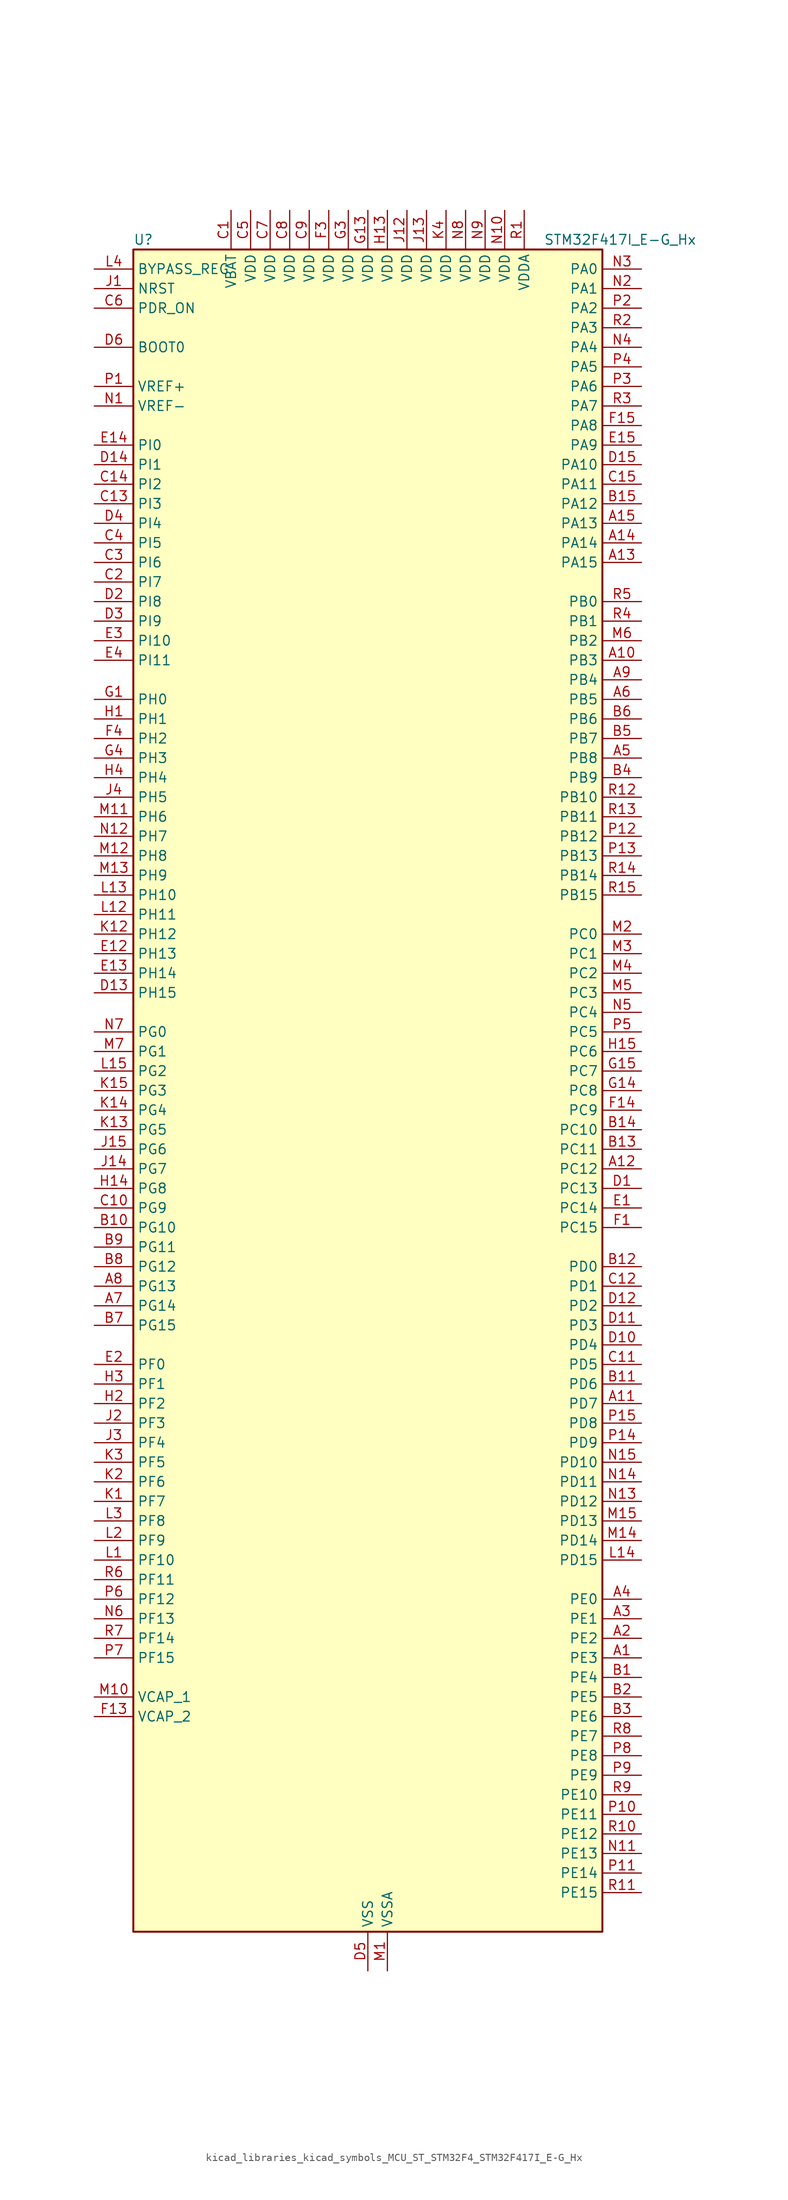
<source format=kicad_sym>
(kicad_symbol_lib
  (version 20220914)
  (generator kicad_symbol_editor)
  (symbol "kicad_libraries_kicad_symbols_MCU_ST_STM32F4_STM32F417I_E-G_Hx"
    (property "Reference" "U"
      (at -30.48 110.49 0)
      (effects (font (size 1.27 1.27)) (justify left)))
    (property "Value" "STM32F417I_E-G_Hx"
      (at 22.86 110.49 0)
      (effects (font (size 1.27 1.27)) (justify left)))
    (property "ki_locked" ""
      (at 0 0 0)
      (effects (font (size 1.27 1.27))))
    (symbol "kicad_libraries_kicad_symbols_MCU_ST_STM32F4_STM32F417I_E-G_Hx_0_1"
      (rectangle (start -30.48 -109.22) (end 30.48 109.22) (stroke (width 0.254) (type default)) (fill (type background))))
    (symbol "kicad_libraries_kicad_symbols_MCU_ST_STM32F4_STM32F417I_E-G_Hx_1_1"
      (pin bidirectional line (at 35.56 -73.66 180) (length 5.08) (name "PE3" (effects (font (size 1.27 1.27)))) (number "A1" (effects (font (size 1.27 1.27)))) (alternate "FSMC_A19" bidirectional line) (alternate "SYS_TRACED0" bidirectional line))
      (pin bidirectional line (at 35.56 55.88 180) (length 5.08) (name "PB3" (effects (font (size 1.27 1.27)))) (number "A10" (effects (font (size 1.27 1.27)))) (alternate "I2S3_CK" bidirectional line) (alternate "SPI1_SCK" bidirectional line) (alternate "SPI3_SCK" bidirectional line) (alternate "SYS_JTDO-SWO" bidirectional line) (alternate "TIM2_CH2" bidirectional line))
      (pin bidirectional line (at 35.56 -40.64 180) (length 5.08) (name "PD7" (effects (font (size 1.27 1.27)))) (number "A11" (effects (font (size 1.27 1.27)))) (alternate "FSMC_NCE2" bidirectional line) (alternate "FSMC_NE1" bidirectional line) (alternate "USART2_CK" bidirectional line))
      (pin bidirectional line (at 35.56 -10.16 180) (length 5.08) (name "PC12" (effects (font (size 1.27 1.27)))) (number "A12" (effects (font (size 1.27 1.27)))) (alternate "DCMI_D9" bidirectional line) (alternate "I2S3_SD" bidirectional line) (alternate "SDIO_CK" bidirectional line) (alternate "SPI3_MOSI" bidirectional line) (alternate "UART5_TX" bidirectional line) (alternate "USART3_CK" bidirectional line))
      (pin bidirectional line (at 35.56 68.58 180) (length 5.08) (name "PA15" (effects (font (size 1.27 1.27)))) (number "A13" (effects (font (size 1.27 1.27)))) (alternate "ADC1_EXTI15" bidirectional line) (alternate "ADC2_EXTI15" bidirectional line) (alternate "ADC3_EXTI15" bidirectional line) (alternate "I2S3_WS" bidirectional line) (alternate "SPI1_NSS" bidirectional line) (alternate "SPI3_NSS" bidirectional line) (alternate "SYS_JTDI" bidirectional line) (alternate "TIM2_CH1" bidirectional line) (alternate "TIM2_ETR" bidirectional line))
      (pin bidirectional line (at 35.56 71.12 180) (length 5.08) (name "PA14" (effects (font (size 1.27 1.27)))) (number "A14" (effects (font (size 1.27 1.27)))) (alternate "SYS_JTCK-SWCLK" bidirectional line))
      (pin bidirectional line (at 35.56 73.66 180) (length 5.08) (name "PA13" (effects (font (size 1.27 1.27)))) (number "A15" (effects (font (size 1.27 1.27)))) (alternate "SYS_JTMS-SWDIO" bidirectional line))
      (pin bidirectional line (at 35.56 -71.12 180) (length 5.08) (name "PE2" (effects (font (size 1.27 1.27)))) (number "A2" (effects (font (size 1.27 1.27)))) (alternate "ETH_TXD3" bidirectional line) (alternate "FSMC_A23" bidirectional line) (alternate "SYS_TRACECLK" bidirectional line))
      (pin bidirectional line (at 35.56 -68.58 180) (length 5.08) (name "PE1" (effects (font (size 1.27 1.27)))) (number "A3" (effects (font (size 1.27 1.27)))) (alternate "DCMI_D3" bidirectional line) (alternate "FSMC_NBL1" bidirectional line))
      (pin bidirectional line (at 35.56 -66.04 180) (length 5.08) (name "PE0" (effects (font (size 1.27 1.27)))) (number "A4" (effects (font (size 1.27 1.27)))) (alternate "DCMI_D2" bidirectional line) (alternate "FSMC_NBL0" bidirectional line) (alternate "TIM4_ETR" bidirectional line))
      (pin bidirectional line (at 35.56 43.18 180) (length 5.08) (name "PB8" (effects (font (size 1.27 1.27)))) (number "A5" (effects (font (size 1.27 1.27)))) (alternate "CAN1_RX" bidirectional line) (alternate "DCMI_D6" bidirectional line) (alternate "ETH_TXD3" bidirectional line) (alternate "I2C1_SCL" bidirectional line) (alternate "SDIO_D4" bidirectional line) (alternate "TIM10_CH1" bidirectional line) (alternate "TIM4_CH3" bidirectional line))
      (pin bidirectional line (at 35.56 50.8 180) (length 5.08) (name "PB5" (effects (font (size 1.27 1.27)))) (number "A6" (effects (font (size 1.27 1.27)))) (alternate "CAN2_RX" bidirectional line) (alternate "DCMI_D10" bidirectional line) (alternate "ETH_PPS_OUT" bidirectional line) (alternate "I2C1_SMBA" bidirectional line) (alternate "I2S3_SD" bidirectional line) (alternate "SPI1_MOSI" bidirectional line) (alternate "SPI3_MOSI" bidirectional line) (alternate "TIM3_CH2" bidirectional line) (alternate "USB_OTG_HS_ULPI_D7" bidirectional line))
      (pin bidirectional line (at -35.56 -27.94 0) (length 5.08) (name "PG14" (effects (font (size 1.27 1.27)))) (number "A7" (effects (font (size 1.27 1.27)))) (alternate "ETH_TXD1" bidirectional line) (alternate "FSMC_A25" bidirectional line) (alternate "USART6_TX" bidirectional line))
      (pin bidirectional line (at -35.56 -25.4 0) (length 5.08) (name "PG13" (effects (font (size 1.27 1.27)))) (number "A8" (effects (font (size 1.27 1.27)))) (alternate "ETH_TXD0" bidirectional line) (alternate "FSMC_A24" bidirectional line) (alternate "USART6_CTS" bidirectional line))
      (pin bidirectional line (at 35.56 53.34 180) (length 5.08) (name "PB4" (effects (font (size 1.27 1.27)))) (number "A9" (effects (font (size 1.27 1.27)))) (alternate "I2S3_ext_SD" bidirectional line) (alternate "SPI1_MISO" bidirectional line) (alternate "SPI3_MISO" bidirectional line) (alternate "SYS_JTRST" bidirectional line) (alternate "TIM3_CH1" bidirectional line))
      (pin bidirectional line (at 35.56 -76.2 180) (length 5.08) (name "PE4" (effects (font (size 1.27 1.27)))) (number "B1" (effects (font (size 1.27 1.27)))) (alternate "DCMI_D4" bidirectional line) (alternate "FSMC_A20" bidirectional line) (alternate "SYS_TRACED1" bidirectional line))
      (pin bidirectional line (at -35.56 -17.78 0) (length 5.08) (name "PG10" (effects (font (size 1.27 1.27)))) (number "B10" (effects (font (size 1.27 1.27)))) (alternate "FSMC_NCE4_1" bidirectional line) (alternate "FSMC_NE3" bidirectional line))
      (pin bidirectional line (at 35.56 -38.1 180) (length 5.08) (name "PD6" (effects (font (size 1.27 1.27)))) (number "B11" (effects (font (size 1.27 1.27)))) (alternate "FSMC_NWAIT" bidirectional line) (alternate "USART2_RX" bidirectional line))
      (pin bidirectional line (at 35.56 -22.86 180) (length 5.08) (name "PD0" (effects (font (size 1.27 1.27)))) (number "B12" (effects (font (size 1.27 1.27)))) (alternate "CAN1_RX" bidirectional line) (alternate "FSMC_D2" bidirectional line) (alternate "FSMC_DA2" bidirectional line))
      (pin bidirectional line (at 35.56 -7.62 180) (length 5.08) (name "PC11" (effects (font (size 1.27 1.27)))) (number "B13" (effects (font (size 1.27 1.27)))) (alternate "ADC1_EXTI11" bidirectional line) (alternate "ADC2_EXTI11" bidirectional line) (alternate "ADC3_EXTI11" bidirectional line) (alternate "DCMI_D4" bidirectional line) (alternate "I2S3_ext_SD" bidirectional line) (alternate "SDIO_D3" bidirectional line) (alternate "SPI3_MISO" bidirectional line) (alternate "UART4_RX" bidirectional line) (alternate "USART3_RX" bidirectional line))
      (pin bidirectional line (at 35.56 -5.08 180) (length 5.08) (name "PC10" (effects (font (size 1.27 1.27)))) (number "B14" (effects (font (size 1.27 1.27)))) (alternate "DCMI_D8" bidirectional line) (alternate "I2S3_CK" bidirectional line) (alternate "SDIO_D2" bidirectional line) (alternate "SPI3_SCK" bidirectional line) (alternate "UART4_TX" bidirectional line) (alternate "USART3_TX" bidirectional line))
      (pin bidirectional line (at 35.56 76.2 180) (length 5.08) (name "PA12" (effects (font (size 1.27 1.27)))) (number "B15" (effects (font (size 1.27 1.27)))) (alternate "CAN1_TX" bidirectional line) (alternate "TIM1_ETR" bidirectional line) (alternate "USART1_RTS" bidirectional line) (alternate "USB_OTG_FS_DP" bidirectional line))
      (pin bidirectional line (at 35.56 -78.74 180) (length 5.08) (name "PE5" (effects (font (size 1.27 1.27)))) (number "B2" (effects (font (size 1.27 1.27)))) (alternate "DCMI_D6" bidirectional line) (alternate "FSMC_A21" bidirectional line) (alternate "SYS_TRACED2" bidirectional line) (alternate "TIM9_CH1" bidirectional line))
      (pin bidirectional line (at 35.56 -81.28 180) (length 5.08) (name "PE6" (effects (font (size 1.27 1.27)))) (number "B3" (effects (font (size 1.27 1.27)))) (alternate "DCMI_D7" bidirectional line) (alternate "FSMC_A22" bidirectional line) (alternate "SYS_TRACED3" bidirectional line) (alternate "TIM9_CH2" bidirectional line))
      (pin bidirectional line (at 35.56 40.64 180) (length 5.08) (name "PB9" (effects (font (size 1.27 1.27)))) (number "B4" (effects (font (size 1.27 1.27)))) (alternate "CAN1_TX" bidirectional line) (alternate "DAC_EXTI9" bidirectional line) (alternate "DCMI_D7" bidirectional line) (alternate "I2C1_SDA" bidirectional line) (alternate "I2S2_WS" bidirectional line) (alternate "SDIO_D5" bidirectional line) (alternate "SPI2_NSS" bidirectional line) (alternate "TIM11_CH1" bidirectional line) (alternate "TIM4_CH4" bidirectional line))
      (pin bidirectional line (at 35.56 45.72 180) (length 5.08) (name "PB7" (effects (font (size 1.27 1.27)))) (number "B5" (effects (font (size 1.27 1.27)))) (alternate "DCMI_VSYNC" bidirectional line) (alternate "FSMC_NL" bidirectional line) (alternate "I2C1_SDA" bidirectional line) (alternate "TIM4_CH2" bidirectional line) (alternate "USART1_RX" bidirectional line))
      (pin bidirectional line (at 35.56 48.26 180) (length 5.08) (name "PB6" (effects (font (size 1.27 1.27)))) (number "B6" (effects (font (size 1.27 1.27)))) (alternate "CAN2_TX" bidirectional line) (alternate "DCMI_D5" bidirectional line) (alternate "I2C1_SCL" bidirectional line) (alternate "TIM4_CH1" bidirectional line) (alternate "USART1_TX" bidirectional line))
      (pin bidirectional line (at -35.56 -30.48 0) (length 5.08) (name "PG15" (effects (font (size 1.27 1.27)))) (number "B7" (effects (font (size 1.27 1.27)))) (alternate "ADC1_EXTI15" bidirectional line) (alternate "ADC2_EXTI15" bidirectional line) (alternate "ADC3_EXTI15" bidirectional line) (alternate "DCMI_D13" bidirectional line) (alternate "USART6_CTS" bidirectional line))
      (pin bidirectional line (at -35.56 -22.86 0) (length 5.08) (name "PG12" (effects (font (size 1.27 1.27)))) (number "B8" (effects (font (size 1.27 1.27)))) (alternate "FSMC_NE4" bidirectional line) (alternate "USART6_RTS" bidirectional line))
      (pin bidirectional line (at -35.56 -20.32 0) (length 5.08) (name "PG11" (effects (font (size 1.27 1.27)))) (number "B9" (effects (font (size 1.27 1.27)))) (alternate "ADC1_EXTI11" bidirectional line) (alternate "ADC2_EXTI11" bidirectional line) (alternate "ADC3_EXTI11" bidirectional line) (alternate "ETH_TX_EN" bidirectional line) (alternate "FSMC_NCE4_2" bidirectional line))
      (pin power_in line (at -17.78 114.3 270) (length 5.08) (name "VBAT" (effects (font (size 1.27 1.27)))) (number "C1" (effects (font (size 1.27 1.27)))))
      (pin bidirectional line (at -35.56 -15.24 0) (length 5.08) (name "PG9" (effects (font (size 1.27 1.27)))) (number "C10" (effects (font (size 1.27 1.27)))) (alternate "DAC_EXTI9" bidirectional line) (alternate "FSMC_NCE3" bidirectional line) (alternate "FSMC_NE2" bidirectional line) (alternate "USART6_RX" bidirectional line))
      (pin bidirectional line (at 35.56 -35.56 180) (length 5.08) (name "PD5" (effects (font (size 1.27 1.27)))) (number "C11" (effects (font (size 1.27 1.27)))) (alternate "FSMC_NWE" bidirectional line) (alternate "USART2_TX" bidirectional line))
      (pin bidirectional line (at 35.56 -25.4 180) (length 5.08) (name "PD1" (effects (font (size 1.27 1.27)))) (number "C12" (effects (font (size 1.27 1.27)))) (alternate "CAN1_TX" bidirectional line) (alternate "FSMC_D3" bidirectional line) (alternate "FSMC_DA3" bidirectional line))
      (pin bidirectional line (at -35.56 76.2 0) (length 5.08) (name "PI3" (effects (font (size 1.27 1.27)))) (number "C13" (effects (font (size 1.27 1.27)))) (alternate "DCMI_D10" bidirectional line) (alternate "I2S2_SD" bidirectional line) (alternate "SPI2_MOSI" bidirectional line) (alternate "TIM8_ETR" bidirectional line))
      (pin bidirectional line (at -35.56 78.74 0) (length 5.08) (name "PI2" (effects (font (size 1.27 1.27)))) (number "C14" (effects (font (size 1.27 1.27)))) (alternate "DCMI_D9" bidirectional line) (alternate "I2S2_ext_SD" bidirectional line) (alternate "SPI2_MISO" bidirectional line) (alternate "TIM8_CH4" bidirectional line))
      (pin bidirectional line (at 35.56 78.74 180) (length 5.08) (name "PA11" (effects (font (size 1.27 1.27)))) (number "C15" (effects (font (size 1.27 1.27)))) (alternate "ADC1_EXTI11" bidirectional line) (alternate "ADC2_EXTI11" bidirectional line) (alternate "ADC3_EXTI11" bidirectional line) (alternate "CAN1_RX" bidirectional line) (alternate "TIM1_CH4" bidirectional line) (alternate "USART1_CTS" bidirectional line) (alternate "USB_OTG_FS_DM" bidirectional line))
      (pin bidirectional line (at -35.56 66.04 0) (length 5.08) (name "PI7" (effects (font (size 1.27 1.27)))) (number "C2" (effects (font (size 1.27 1.27)))) (alternate "DCMI_D7" bidirectional line) (alternate "TIM8_CH3" bidirectional line))
      (pin bidirectional line (at -35.56 68.58 0) (length 5.08) (name "PI6" (effects (font (size 1.27 1.27)))) (number "C3" (effects (font (size 1.27 1.27)))) (alternate "DCMI_D6" bidirectional line) (alternate "TIM8_CH2" bidirectional line))
      (pin bidirectional line (at -35.56 71.12 0) (length 5.08) (name "PI5" (effects (font (size 1.27 1.27)))) (number "C4" (effects (font (size 1.27 1.27)))) (alternate "DCMI_VSYNC" bidirectional line) (alternate "TIM8_CH1" bidirectional line))
      (pin power_in line (at -15.24 114.3 270) (length 5.08) (name "VDD" (effects (font (size 1.27 1.27)))) (number "C5" (effects (font (size 1.27 1.27)))))
      (pin input line (at -35.56 101.6 0) (length 5.08) (name "PDR_ON" (effects (font (size 1.27 1.27)))) (number "C6" (effects (font (size 1.27 1.27)))))
      (pin power_in line (at -12.7 114.3 270) (length 5.08) (name "VDD" (effects (font (size 1.27 1.27)))) (number "C7" (effects (font (size 1.27 1.27)))))
      (pin power_in line (at -10.16 114.3 270) (length 5.08) (name "VDD" (effects (font (size 1.27 1.27)))) (number "C8" (effects (font (size 1.27 1.27)))))
      (pin power_in line (at -7.62 114.3 270) (length 5.08) (name "VDD" (effects (font (size 1.27 1.27)))) (number "C9" (effects (font (size 1.27 1.27)))))
      (pin bidirectional line (at 35.56 -12.7 180) (length 5.08) (name "PC13" (effects (font (size 1.27 1.27)))) (number "D1" (effects (font (size 1.27 1.27)))) (alternate "RTC_AF1" bidirectional line))
      (pin bidirectional line (at 35.56 -33.02 180) (length 5.08) (name "PD4" (effects (font (size 1.27 1.27)))) (number "D10" (effects (font (size 1.27 1.27)))) (alternate "FSMC_NOE" bidirectional line) (alternate "USART2_RTS" bidirectional line))
      (pin bidirectional line (at 35.56 -30.48 180) (length 5.08) (name "PD3" (effects (font (size 1.27 1.27)))) (number "D11" (effects (font (size 1.27 1.27)))) (alternate "FSMC_CLK" bidirectional line) (alternate "USART2_CTS" bidirectional line))
      (pin bidirectional line (at 35.56 -27.94 180) (length 5.08) (name "PD2" (effects (font (size 1.27 1.27)))) (number "D12" (effects (font (size 1.27 1.27)))) (alternate "DCMI_D11" bidirectional line) (alternate "SDIO_CMD" bidirectional line) (alternate "TIM3_ETR" bidirectional line) (alternate "UART5_RX" bidirectional line))
      (pin bidirectional line (at -35.56 12.7 0) (length 5.08) (name "PH15" (effects (font (size 1.27 1.27)))) (number "D13" (effects (font (size 1.27 1.27)))) (alternate "ADC1_EXTI15" bidirectional line) (alternate "ADC2_EXTI15" bidirectional line) (alternate "ADC3_EXTI15" bidirectional line) (alternate "DCMI_D11" bidirectional line) (alternate "TIM8_CH3N" bidirectional line))
      (pin bidirectional line (at -35.56 81.28 0) (length 5.08) (name "PI1" (effects (font (size 1.27 1.27)))) (number "D14" (effects (font (size 1.27 1.27)))) (alternate "DCMI_D8" bidirectional line) (alternate "I2S2_CK" bidirectional line) (alternate "SPI2_SCK" bidirectional line))
      (pin bidirectional line (at 35.56 81.28 180) (length 5.08) (name "PA10" (effects (font (size 1.27 1.27)))) (number "D15" (effects (font (size 1.27 1.27)))) (alternate "DCMI_D1" bidirectional line) (alternate "TIM1_CH3" bidirectional line) (alternate "USART1_RX" bidirectional line) (alternate "USB_OTG_FS_ID" bidirectional line))
      (pin bidirectional line (at -35.56 63.5 0) (length 5.08) (name "PI8" (effects (font (size 1.27 1.27)))) (number "D2" (effects (font (size 1.27 1.27)))) (alternate "RTC_AF2" bidirectional line))
      (pin bidirectional line (at -35.56 60.96 0) (length 5.08) (name "PI9" (effects (font (size 1.27 1.27)))) (number "D3" (effects (font (size 1.27 1.27)))) (alternate "CAN1_RX" bidirectional line) (alternate "DAC_EXTI9" bidirectional line))
      (pin bidirectional line (at -35.56 73.66 0) (length 5.08) (name "PI4" (effects (font (size 1.27 1.27)))) (number "D4" (effects (font (size 1.27 1.27)))) (alternate "DCMI_D5" bidirectional line) (alternate "TIM8_BKIN" bidirectional line))
      (pin power_in line (at 0 -114.3 90) (length 5.08) (name "VSS" (effects (font (size 1.27 1.27)))) (number "D5" (effects (font (size 1.27 1.27)))))
      (pin input line (at -35.56 96.52 0) (length 5.08) (name "BOOT0" (effects (font (size 1.27 1.27)))) (number "D6" (effects (font (size 1.27 1.27)))))
      (pin passive line (at 0 -114.3 90) (length 5.08) hide (name "VSS" (effects (font (size 1.27 1.27)))) (number "D7" (effects (font (size 1.27 1.27)))))
      (pin passive line (at 0 -114.3 90) (length 5.08) hide (name "VSS" (effects (font (size 1.27 1.27)))) (number "D8" (effects (font (size 1.27 1.27)))))
      (pin passive line (at 0 -114.3 90) (length 5.08) hide (name "VSS" (effects (font (size 1.27 1.27)))) (number "D9" (effects (font (size 1.27 1.27)))))
      (pin bidirectional line (at 35.56 -15.24 180) (length 5.08) (name "PC14" (effects (font (size 1.27 1.27)))) (number "E1" (effects (font (size 1.27 1.27)))) (alternate "RCC_OSC32_IN" bidirectional line))
      (pin bidirectional line (at -35.56 17.78 0) (length 5.08) (name "PH13" (effects (font (size 1.27 1.27)))) (number "E12" (effects (font (size 1.27 1.27)))) (alternate "CAN1_TX" bidirectional line) (alternate "TIM8_CH1N" bidirectional line))
      (pin bidirectional line (at -35.56 15.24 0) (length 5.08) (name "PH14" (effects (font (size 1.27 1.27)))) (number "E13" (effects (font (size 1.27 1.27)))) (alternate "DCMI_D4" bidirectional line) (alternate "TIM8_CH2N" bidirectional line))
      (pin bidirectional line (at -35.56 83.82 0) (length 5.08) (name "PI0" (effects (font (size 1.27 1.27)))) (number "E14" (effects (font (size 1.27 1.27)))) (alternate "DCMI_D13" bidirectional line) (alternate "I2S2_WS" bidirectional line) (alternate "SPI2_NSS" bidirectional line) (alternate "TIM5_CH4" bidirectional line))
      (pin bidirectional line (at 35.56 83.82 180) (length 5.08) (name "PA9" (effects (font (size 1.27 1.27)))) (number "E15" (effects (font (size 1.27 1.27)))) (alternate "DAC_EXTI9" bidirectional line) (alternate "DCMI_D0" bidirectional line) (alternate "I2C3_SMBA" bidirectional line) (alternate "TIM1_CH2" bidirectional line) (alternate "USART1_TX" bidirectional line) (alternate "USB_OTG_FS_VBUS" bidirectional line))
      (pin bidirectional line (at -35.56 -35.56 0) (length 5.08) (name "PF0" (effects (font (size 1.27 1.27)))) (number "E2" (effects (font (size 1.27 1.27)))) (alternate "FSMC_A0" bidirectional line) (alternate "I2C2_SDA" bidirectional line))
      (pin bidirectional line (at -35.56 58.42 0) (length 5.08) (name "PI10" (effects (font (size 1.27 1.27)))) (number "E3" (effects (font (size 1.27 1.27)))) (alternate "ETH_RX_ER" bidirectional line))
      (pin bidirectional line (at -35.56 55.88 0) (length 5.08) (name "PI11" (effects (font (size 1.27 1.27)))) (number "E4" (effects (font (size 1.27 1.27)))) (alternate "ADC1_EXTI11" bidirectional line) (alternate "ADC2_EXTI11" bidirectional line) (alternate "ADC3_EXTI11" bidirectional line) (alternate "USB_OTG_HS_ULPI_DIR" bidirectional line))
      (pin bidirectional line (at 35.56 -17.78 180) (length 5.08) (name "PC15" (effects (font (size 1.27 1.27)))) (number "F1" (effects (font (size 1.27 1.27)))) (alternate "ADC1_EXTI15" bidirectional line) (alternate "ADC2_EXTI15" bidirectional line) (alternate "ADC3_EXTI15" bidirectional line) (alternate "RCC_OSC32_OUT" bidirectional line))
      (pin passive line (at 0 -114.3 90) (length 5.08) hide (name "VSS" (effects (font (size 1.27 1.27)))) (number "F10" (effects (font (size 1.27 1.27)))))
      (pin passive line (at 0 -114.3 90) (length 5.08) hide (name "VSS" (effects (font (size 1.27 1.27)))) (number "F12" (effects (font (size 1.27 1.27)))))
      (pin power_out line (at -35.56 -81.28 0) (length 5.08) (name "VCAP_2" (effects (font (size 1.27 1.27)))) (number "F13" (effects (font (size 1.27 1.27)))))
      (pin bidirectional line (at 35.56 -2.54 180) (length 5.08) (name "PC9" (effects (font (size 1.27 1.27)))) (number "F14" (effects (font (size 1.27 1.27)))) (alternate "DAC_EXTI9" bidirectional line) (alternate "DCMI_D3" bidirectional line) (alternate "I2C3_SDA" bidirectional line) (alternate "I2S_CKIN" bidirectional line) (alternate "RCC_MCO_2" bidirectional line) (alternate "SDIO_D1" bidirectional line) (alternate "TIM3_CH4" bidirectional line) (alternate "TIM8_CH4" bidirectional line))
      (pin bidirectional line (at 35.56 86.36 180) (length 5.08) (name "PA8" (effects (font (size 1.27 1.27)))) (number "F15" (effects (font (size 1.27 1.27)))) (alternate "I2C3_SCL" bidirectional line) (alternate "RCC_MCO_1" bidirectional line) (alternate "TIM1_CH1" bidirectional line) (alternate "USART1_CK" bidirectional line) (alternate "USB_OTG_FS_SOF" bidirectional line))
      (pin passive line (at 0 -114.3 90) (length 5.08) hide (name "VSS" (effects (font (size 1.27 1.27)))) (number "F2" (effects (font (size 1.27 1.27)))))
      (pin power_in line (at -5.08 114.3 270) (length 5.08) (name "VDD" (effects (font (size 1.27 1.27)))) (number "F3" (effects (font (size 1.27 1.27)))))
      (pin bidirectional line (at -35.56 45.72 0) (length 5.08) (name "PH2" (effects (font (size 1.27 1.27)))) (number "F4" (effects (font (size 1.27 1.27)))) (alternate "ETH_CRS" bidirectional line))
      (pin passive line (at 0 -114.3 90) (length 5.08) hide (name "VSS" (effects (font (size 1.27 1.27)))) (number "F6" (effects (font (size 1.27 1.27)))))
      (pin passive line (at 0 -114.3 90) (length 5.08) hide (name "VSS" (effects (font (size 1.27 1.27)))) (number "F7" (effects (font (size 1.27 1.27)))))
      (pin passive line (at 0 -114.3 90) (length 5.08) hide (name "VSS" (effects (font (size 1.27 1.27)))) (number "F8" (effects (font (size 1.27 1.27)))))
      (pin passive line (at 0 -114.3 90) (length 5.08) hide (name "VSS" (effects (font (size 1.27 1.27)))) (number "F9" (effects (font (size 1.27 1.27)))))
      (pin bidirectional line (at -35.56 50.8 0) (length 5.08) (name "PH0" (effects (font (size 1.27 1.27)))) (number "G1" (effects (font (size 1.27 1.27)))) (alternate "RCC_OSC_IN" bidirectional line))
      (pin passive line (at 0 -114.3 90) (length 5.08) hide (name "VSS" (effects (font (size 1.27 1.27)))) (number "G10" (effects (font (size 1.27 1.27)))))
      (pin passive line (at 0 -114.3 90) (length 5.08) hide (name "VSS" (effects (font (size 1.27 1.27)))) (number "G12" (effects (font (size 1.27 1.27)))))
      (pin power_in line (at 0 114.3 270) (length 5.08) (name "VDD" (effects (font (size 1.27 1.27)))) (number "G13" (effects (font (size 1.27 1.27)))))
      (pin bidirectional line (at 35.56 0 180) (length 5.08) (name "PC8" (effects (font (size 1.27 1.27)))) (number "G14" (effects (font (size 1.27 1.27)))) (alternate "DCMI_D2" bidirectional line) (alternate "SDIO_D0" bidirectional line) (alternate "TIM3_CH3" bidirectional line) (alternate "TIM8_CH3" bidirectional line) (alternate "USART6_CK" bidirectional line))
      (pin bidirectional line (at 35.56 2.54 180) (length 5.08) (name "PC7" (effects (font (size 1.27 1.27)))) (number "G15" (effects (font (size 1.27 1.27)))) (alternate "DCMI_D1" bidirectional line) (alternate "I2S3_MCK" bidirectional line) (alternate "SDIO_D7" bidirectional line) (alternate "TIM3_CH2" bidirectional line) (alternate "TIM8_CH2" bidirectional line) (alternate "USART6_RX" bidirectional line))
      (pin passive line (at 0 -114.3 90) (length 5.08) hide (name "VSS" (effects (font (size 1.27 1.27)))) (number "G2" (effects (font (size 1.27 1.27)))))
      (pin power_in line (at -2.54 114.3 270) (length 5.08) (name "VDD" (effects (font (size 1.27 1.27)))) (number "G3" (effects (font (size 1.27 1.27)))))
      (pin bidirectional line (at -35.56 43.18 0) (length 5.08) (name "PH3" (effects (font (size 1.27 1.27)))) (number "G4" (effects (font (size 1.27 1.27)))) (alternate "ETH_COL" bidirectional line))
      (pin passive line (at 0 -114.3 90) (length 5.08) hide (name "VSS" (effects (font (size 1.27 1.27)))) (number "G6" (effects (font (size 1.27 1.27)))))
      (pin passive line (at 0 -114.3 90) (length 5.08) hide (name "VSS" (effects (font (size 1.27 1.27)))) (number "G7" (effects (font (size 1.27 1.27)))))
      (pin passive line (at 0 -114.3 90) (length 5.08) hide (name "VSS" (effects (font (size 1.27 1.27)))) (number "G8" (effects (font (size 1.27 1.27)))))
      (pin passive line (at 0 -114.3 90) (length 5.08) hide (name "VSS" (effects (font (size 1.27 1.27)))) (number "G9" (effects (font (size 1.27 1.27)))))
      (pin bidirectional line (at -35.56 48.26 0) (length 5.08) (name "PH1" (effects (font (size 1.27 1.27)))) (number "H1" (effects (font (size 1.27 1.27)))) (alternate "RCC_OSC_OUT" bidirectional line))
      (pin passive line (at 0 -114.3 90) (length 5.08) hide (name "VSS" (effects (font (size 1.27 1.27)))) (number "H10" (effects (font (size 1.27 1.27)))))
      (pin passive line (at 0 -114.3 90) (length 5.08) hide (name "VSS" (effects (font (size 1.27 1.27)))) (number "H12" (effects (font (size 1.27 1.27)))))
      (pin power_in line (at 2.54 114.3 270) (length 5.08) (name "VDD" (effects (font (size 1.27 1.27)))) (number "H13" (effects (font (size 1.27 1.27)))))
      (pin bidirectional line (at -35.56 -12.7 0) (length 5.08) (name "PG8" (effects (font (size 1.27 1.27)))) (number "H14" (effects (font (size 1.27 1.27)))) (alternate "ETH_PPS_OUT" bidirectional line) (alternate "USART6_RTS" bidirectional line))
      (pin bidirectional line (at 35.56 5.08 180) (length 5.08) (name "PC6" (effects (font (size 1.27 1.27)))) (number "H15" (effects (font (size 1.27 1.27)))) (alternate "DCMI_D0" bidirectional line) (alternate "I2S2_MCK" bidirectional line) (alternate "SDIO_D6" bidirectional line) (alternate "TIM3_CH1" bidirectional line) (alternate "TIM8_CH1" bidirectional line) (alternate "USART6_TX" bidirectional line))
      (pin bidirectional line (at -35.56 -40.64 0) (length 5.08) (name "PF2" (effects (font (size 1.27 1.27)))) (number "H2" (effects (font (size 1.27 1.27)))) (alternate "FSMC_A2" bidirectional line) (alternate "I2C2_SMBA" bidirectional line))
      (pin bidirectional line (at -35.56 -38.1 0) (length 5.08) (name "PF1" (effects (font (size 1.27 1.27)))) (number "H3" (effects (font (size 1.27 1.27)))) (alternate "FSMC_A1" bidirectional line) (alternate "I2C2_SCL" bidirectional line))
      (pin bidirectional line (at -35.56 40.64 0) (length 5.08) (name "PH4" (effects (font (size 1.27 1.27)))) (number "H4" (effects (font (size 1.27 1.27)))) (alternate "I2C2_SCL" bidirectional line) (alternate "USB_OTG_HS_ULPI_NXT" bidirectional line))
      (pin passive line (at 0 -114.3 90) (length 5.08) hide (name "VSS" (effects (font (size 1.27 1.27)))) (number "H6" (effects (font (size 1.27 1.27)))))
      (pin passive line (at 0 -114.3 90) (length 5.08) hide (name "VSS" (effects (font (size 1.27 1.27)))) (number "H7" (effects (font (size 1.27 1.27)))))
      (pin passive line (at 0 -114.3 90) (length 5.08) hide (name "VSS" (effects (font (size 1.27 1.27)))) (number "H8" (effects (font (size 1.27 1.27)))))
      (pin passive line (at 0 -114.3 90) (length 5.08) hide (name "VSS" (effects (font (size 1.27 1.27)))) (number "H9" (effects (font (size 1.27 1.27)))))
      (pin input line (at -35.56 104.14 0) (length 5.08) (name "NRST" (effects (font (size 1.27 1.27)))) (number "J1" (effects (font (size 1.27 1.27)))))
      (pin passive line (at 0 -114.3 90) (length 5.08) hide (name "VSS" (effects (font (size 1.27 1.27)))) (number "J10" (effects (font (size 1.27 1.27)))))
      (pin power_in line (at 5.08 114.3 270) (length 5.08) (name "VDD" (effects (font (size 1.27 1.27)))) (number "J12" (effects (font (size 1.27 1.27)))))
      (pin power_in line (at 7.62 114.3 270) (length 5.08) (name "VDD" (effects (font (size 1.27 1.27)))) (number "J13" (effects (font (size 1.27 1.27)))))
      (pin bidirectional line (at -35.56 -10.16 0) (length 5.08) (name "PG7" (effects (font (size 1.27 1.27)))) (number "J14" (effects (font (size 1.27 1.27)))) (alternate "FSMC_INT3" bidirectional line) (alternate "USART6_CK" bidirectional line))
      (pin bidirectional line (at -35.56 -7.62 0) (length 5.08) (name "PG6" (effects (font (size 1.27 1.27)))) (number "J15" (effects (font (size 1.27 1.27)))) (alternate "FSMC_INT2" bidirectional line))
      (pin bidirectional line (at -35.56 -43.18 0) (length 5.08) (name "PF3" (effects (font (size 1.27 1.27)))) (number "J2" (effects (font (size 1.27 1.27)))) (alternate "ADC3_IN9" bidirectional line) (alternate "FSMC_A3" bidirectional line))
      (pin bidirectional line (at -35.56 -45.72 0) (length 5.08) (name "PF4" (effects (font (size 1.27 1.27)))) (number "J3" (effects (font (size 1.27 1.27)))) (alternate "ADC3_IN14" bidirectional line) (alternate "FSMC_A4" bidirectional line))
      (pin bidirectional line (at -35.56 38.1 0) (length 5.08) (name "PH5" (effects (font (size 1.27 1.27)))) (number "J4" (effects (font (size 1.27 1.27)))) (alternate "I2C2_SDA" bidirectional line))
      (pin passive line (at 0 -114.3 90) (length 5.08) hide (name "VSS" (effects (font (size 1.27 1.27)))) (number "J6" (effects (font (size 1.27 1.27)))))
      (pin passive line (at 0 -114.3 90) (length 5.08) hide (name "VSS" (effects (font (size 1.27 1.27)))) (number "J7" (effects (font (size 1.27 1.27)))))
      (pin passive line (at 0 -114.3 90) (length 5.08) hide (name "VSS" (effects (font (size 1.27 1.27)))) (number "J8" (effects (font (size 1.27 1.27)))))
      (pin passive line (at 0 -114.3 90) (length 5.08) hide (name "VSS" (effects (font (size 1.27 1.27)))) (number "J9" (effects (font (size 1.27 1.27)))))
      (pin bidirectional line (at -35.56 -53.34 0) (length 5.08) (name "PF7" (effects (font (size 1.27 1.27)))) (number "K1" (effects (font (size 1.27 1.27)))) (alternate "ADC3_IN5" bidirectional line) (alternate "FSMC_NREG" bidirectional line) (alternate "TIM11_CH1" bidirectional line))
      (pin passive line (at 0 -114.3 90) (length 5.08) hide (name "VSS" (effects (font (size 1.27 1.27)))) (number "K10" (effects (font (size 1.27 1.27)))))
      (pin bidirectional line (at -35.56 20.32 0) (length 5.08) (name "PH12" (effects (font (size 1.27 1.27)))) (number "K12" (effects (font (size 1.27 1.27)))) (alternate "DCMI_D3" bidirectional line) (alternate "TIM5_CH3" bidirectional line))
      (pin bidirectional line (at -35.56 -5.08 0) (length 5.08) (name "PG5" (effects (font (size 1.27 1.27)))) (number "K13" (effects (font (size 1.27 1.27)))) (alternate "FSMC_A15" bidirectional line))
      (pin bidirectional line (at -35.56 -2.54 0) (length 5.08) (name "PG4" (effects (font (size 1.27 1.27)))) (number "K14" (effects (font (size 1.27 1.27)))) (alternate "FSMC_A14" bidirectional line))
      (pin bidirectional line (at -35.56 0 0) (length 5.08) (name "PG3" (effects (font (size 1.27 1.27)))) (number "K15" (effects (font (size 1.27 1.27)))) (alternate "FSMC_A13" bidirectional line))
      (pin bidirectional line (at -35.56 -50.8 0) (length 5.08) (name "PF6" (effects (font (size 1.27 1.27)))) (number "K2" (effects (font (size 1.27 1.27)))) (alternate "ADC3_IN4" bidirectional line) (alternate "FSMC_NIORD" bidirectional line) (alternate "TIM10_CH1" bidirectional line))
      (pin bidirectional line (at -35.56 -48.26 0) (length 5.08) (name "PF5" (effects (font (size 1.27 1.27)))) (number "K3" (effects (font (size 1.27 1.27)))) (alternate "ADC3_IN15" bidirectional line) (alternate "FSMC_A5" bidirectional line))
      (pin power_in line (at 10.16 114.3 270) (length 5.08) (name "VDD" (effects (font (size 1.27 1.27)))) (number "K4" (effects (font (size 1.27 1.27)))))
      (pin passive line (at 0 -114.3 90) (length 5.08) hide (name "VSS" (effects (font (size 1.27 1.27)))) (number "K6" (effects (font (size 1.27 1.27)))))
      (pin passive line (at 0 -114.3 90) (length 5.08) hide (name "VSS" (effects (font (size 1.27 1.27)))) (number "K7" (effects (font (size 1.27 1.27)))))
      (pin passive line (at 0 -114.3 90) (length 5.08) hide (name "VSS" (effects (font (size 1.27 1.27)))) (number "K8" (effects (font (size 1.27 1.27)))))
      (pin passive line (at 0 -114.3 90) (length 5.08) hide (name "VSS" (effects (font (size 1.27 1.27)))) (number "K9" (effects (font (size 1.27 1.27)))))
      (pin bidirectional line (at -35.56 -60.96 0) (length 5.08) (name "PF10" (effects (font (size 1.27 1.27)))) (number "L1" (effects (font (size 1.27 1.27)))) (alternate "ADC3_IN8" bidirectional line) (alternate "FSMC_INTR" bidirectional line))
      (pin bidirectional line (at -35.56 22.86 0) (length 5.08) (name "PH11" (effects (font (size 1.27 1.27)))) (number "L12" (effects (font (size 1.27 1.27)))) (alternate "ADC1_EXTI11" bidirectional line) (alternate "ADC2_EXTI11" bidirectional line) (alternate "ADC3_EXTI11" bidirectional line) (alternate "DCMI_D2" bidirectional line) (alternate "TIM5_CH2" bidirectional line))
      (pin bidirectional line (at -35.56 25.4 0) (length 5.08) (name "PH10" (effects (font (size 1.27 1.27)))) (number "L13" (effects (font (size 1.27 1.27)))) (alternate "DCMI_D1" bidirectional line) (alternate "TIM5_CH1" bidirectional line))
      (pin bidirectional line (at 35.56 -60.96 180) (length 5.08) (name "PD15" (effects (font (size 1.27 1.27)))) (number "L14" (effects (font (size 1.27 1.27)))) (alternate "ADC1_EXTI15" bidirectional line) (alternate "ADC2_EXTI15" bidirectional line) (alternate "ADC3_EXTI15" bidirectional line) (alternate "FSMC_D1" bidirectional line) (alternate "FSMC_DA1" bidirectional line) (alternate "TIM4_CH4" bidirectional line))
      (pin bidirectional line (at -35.56 2.54 0) (length 5.08) (name "PG2" (effects (font (size 1.27 1.27)))) (number "L15" (effects (font (size 1.27 1.27)))) (alternate "FSMC_A12" bidirectional line))
      (pin bidirectional line (at -35.56 -58.42 0) (length 5.08) (name "PF9" (effects (font (size 1.27 1.27)))) (number "L2" (effects (font (size 1.27 1.27)))) (alternate "ADC3_IN7" bidirectional line) (alternate "DAC_EXTI9" bidirectional line) (alternate "FSMC_CD" bidirectional line) (alternate "TIM14_CH1" bidirectional line))
      (pin bidirectional line (at -35.56 -55.88 0) (length 5.08) (name "PF8" (effects (font (size 1.27 1.27)))) (number "L3" (effects (font (size 1.27 1.27)))) (alternate "ADC3_IN6" bidirectional line) (alternate "FSMC_NIOWR" bidirectional line) (alternate "TIM13_CH1" bidirectional line))
      (pin input line (at -35.56 106.68 0) (length 5.08) (name "BYPASS_REG" (effects (font (size 1.27 1.27)))) (number "L4" (effects (font (size 1.27 1.27)))))
      (pin power_in line (at 2.54 -114.3 90) (length 5.08) (name "VSSA" (effects (font (size 1.27 1.27)))) (number "M1" (effects (font (size 1.27 1.27)))))
      (pin power_out line (at -35.56 -78.74 0) (length 5.08) (name "VCAP_1" (effects (font (size 1.27 1.27)))) (number "M10" (effects (font (size 1.27 1.27)))))
      (pin bidirectional line (at -35.56 35.56 0) (length 5.08) (name "PH6" (effects (font (size 1.27 1.27)))) (number "M11" (effects (font (size 1.27 1.27)))) (alternate "ETH_RXD2" bidirectional line) (alternate "I2C2_SMBA" bidirectional line) (alternate "TIM12_CH1" bidirectional line))
      (pin bidirectional line (at -35.56 30.48 0) (length 5.08) (name "PH8" (effects (font (size 1.27 1.27)))) (number "M12" (effects (font (size 1.27 1.27)))) (alternate "DCMI_HSYNC" bidirectional line) (alternate "I2C3_SDA" bidirectional line))
      (pin bidirectional line (at -35.56 27.94 0) (length 5.08) (name "PH9" (effects (font (size 1.27 1.27)))) (number "M13" (effects (font (size 1.27 1.27)))) (alternate "DAC_EXTI9" bidirectional line) (alternate "DCMI_D0" bidirectional line) (alternate "I2C3_SMBA" bidirectional line) (alternate "TIM12_CH2" bidirectional line))
      (pin bidirectional line (at 35.56 -58.42 180) (length 5.08) (name "PD14" (effects (font (size 1.27 1.27)))) (number "M14" (effects (font (size 1.27 1.27)))) (alternate "FSMC_D0" bidirectional line) (alternate "FSMC_DA0" bidirectional line) (alternate "TIM4_CH3" bidirectional line))
      (pin bidirectional line (at 35.56 -55.88 180) (length 5.08) (name "PD13" (effects (font (size 1.27 1.27)))) (number "M15" (effects (font (size 1.27 1.27)))) (alternate "FSMC_A18" bidirectional line) (alternate "TIM4_CH2" bidirectional line))
      (pin bidirectional line (at 35.56 20.32 180) (length 5.08) (name "PC0" (effects (font (size 1.27 1.27)))) (number "M2" (effects (font (size 1.27 1.27)))) (alternate "ADC1_IN10" bidirectional line) (alternate "ADC2_IN10" bidirectional line) (alternate "ADC3_IN10" bidirectional line) (alternate "USB_OTG_HS_ULPI_STP" bidirectional line))
      (pin bidirectional line (at 35.56 17.78 180) (length 5.08) (name "PC1" (effects (font (size 1.27 1.27)))) (number "M3" (effects (font (size 1.27 1.27)))) (alternate "ADC1_IN11" bidirectional line) (alternate "ADC2_IN11" bidirectional line) (alternate "ADC3_IN11" bidirectional line) (alternate "ETH_MDC" bidirectional line))
      (pin bidirectional line (at 35.56 15.24 180) (length 5.08) (name "PC2" (effects (font (size 1.27 1.27)))) (number "M4" (effects (font (size 1.27 1.27)))) (alternate "ADC1_IN12" bidirectional line) (alternate "ADC2_IN12" bidirectional line) (alternate "ADC3_IN12" bidirectional line) (alternate "ETH_TXD2" bidirectional line) (alternate "I2S2_ext_SD" bidirectional line) (alternate "SPI2_MISO" bidirectional line) (alternate "USB_OTG_HS_ULPI_DIR" bidirectional line))
      (pin bidirectional line (at 35.56 12.7 180) (length 5.08) (name "PC3" (effects (font (size 1.27 1.27)))) (number "M5" (effects (font (size 1.27 1.27)))) (alternate "ADC1_IN13" bidirectional line) (alternate "ADC2_IN13" bidirectional line) (alternate "ADC3_IN13" bidirectional line) (alternate "ETH_TX_CLK" bidirectional line) (alternate "I2S2_SD" bidirectional line) (alternate "SPI2_MOSI" bidirectional line) (alternate "USB_OTG_HS_ULPI_NXT" bidirectional line))
      (pin bidirectional line (at 35.56 58.42 180) (length 5.08) (name "PB2" (effects (font (size 1.27 1.27)))) (number "M6" (effects (font (size 1.27 1.27)))))
      (pin bidirectional line (at -35.56 5.08 0) (length 5.08) (name "PG1" (effects (font (size 1.27 1.27)))) (number "M7" (effects (font (size 1.27 1.27)))) (alternate "FSMC_A11" bidirectional line))
      (pin passive line (at 0 -114.3 90) (length 5.08) hide (name "VSS" (effects (font (size 1.27 1.27)))) (number "M8" (effects (font (size 1.27 1.27)))))
      (pin passive line (at 0 -114.3 90) (length 5.08) hide (name "VSS" (effects (font (size 1.27 1.27)))) (number "M9" (effects (font (size 1.27 1.27)))))
      (pin input line (at -35.56 88.9 0) (length 5.08) (name "VREF-" (effects (font (size 1.27 1.27)))) (number "N1" (effects (font (size 1.27 1.27)))))
      (pin power_in line (at 17.78 114.3 270) (length 5.08) (name "VDD" (effects (font (size 1.27 1.27)))) (number "N10" (effects (font (size 1.27 1.27)))))
      (pin bidirectional line (at 35.56 -99.06 180) (length 5.08) (name "PE13" (effects (font (size 1.27 1.27)))) (number "N11" (effects (font (size 1.27 1.27)))) (alternate "FSMC_D10" bidirectional line) (alternate "FSMC_DA10" bidirectional line) (alternate "TIM1_CH3" bidirectional line))
      (pin bidirectional line (at -35.56 33.02 0) (length 5.08) (name "PH7" (effects (font (size 1.27 1.27)))) (number "N12" (effects (font (size 1.27 1.27)))) (alternate "ETH_RXD3" bidirectional line) (alternate "I2C3_SCL" bidirectional line))
      (pin bidirectional line (at 35.56 -53.34 180) (length 5.08) (name "PD12" (effects (font (size 1.27 1.27)))) (number "N13" (effects (font (size 1.27 1.27)))) (alternate "FSMC_A17" bidirectional line) (alternate "FSMC_ALE" bidirectional line) (alternate "TIM4_CH1" bidirectional line) (alternate "USART3_RTS" bidirectional line))
      (pin bidirectional line (at 35.56 -50.8 180) (length 5.08) (name "PD11" (effects (font (size 1.27 1.27)))) (number "N14" (effects (font (size 1.27 1.27)))) (alternate "ADC1_EXTI11" bidirectional line) (alternate "ADC2_EXTI11" bidirectional line) (alternate "ADC3_EXTI11" bidirectional line) (alternate "FSMC_A16" bidirectional line) (alternate "FSMC_CLE" bidirectional line) (alternate "USART3_CTS" bidirectional line))
      (pin bidirectional line (at 35.56 -48.26 180) (length 5.08) (name "PD10" (effects (font (size 1.27 1.27)))) (number "N15" (effects (font (size 1.27 1.27)))) (alternate "FSMC_D15" bidirectional line) (alternate "FSMC_DA15" bidirectional line) (alternate "USART3_CK" bidirectional line))
      (pin bidirectional line (at 35.56 104.14 180) (length 5.08) (name "PA1" (effects (font (size 1.27 1.27)))) (number "N2" (effects (font (size 1.27 1.27)))) (alternate "ADC1_IN1" bidirectional line) (alternate "ADC2_IN1" bidirectional line) (alternate "ADC3_IN1" bidirectional line) (alternate "ETH_REF_CLK" bidirectional line) (alternate "ETH_RX_CLK" bidirectional line) (alternate "TIM2_CH2" bidirectional line) (alternate "TIM5_CH2" bidirectional line) (alternate "UART4_RX" bidirectional line) (alternate "USART2_RTS" bidirectional line))
      (pin bidirectional line (at 35.56 106.68 180) (length 5.08) (name "PA0" (effects (font (size 1.27 1.27)))) (number "N3" (effects (font (size 1.27 1.27)))) (alternate "ADC1_IN0" bidirectional line) (alternate "ADC2_IN0" bidirectional line) (alternate "ADC3_IN0" bidirectional line) (alternate "ETH_CRS" bidirectional line) (alternate "SYS_WKUP" bidirectional line) (alternate "TIM2_CH1" bidirectional line) (alternate "TIM2_ETR" bidirectional line) (alternate "TIM5_CH1" bidirectional line) (alternate "TIM8_ETR" bidirectional line) (alternate "UART4_TX" bidirectional line) (alternate "USART2_CTS" bidirectional line))
      (pin bidirectional line (at 35.56 96.52 180) (length 5.08) (name "PA4" (effects (font (size 1.27 1.27)))) (number "N4" (effects (font (size 1.27 1.27)))) (alternate "ADC1_IN4" bidirectional line) (alternate "ADC2_IN4" bidirectional line) (alternate "DAC_OUT1" bidirectional line) (alternate "DCMI_HSYNC" bidirectional line) (alternate "I2S3_WS" bidirectional line) (alternate "SPI1_NSS" bidirectional line) (alternate "SPI3_NSS" bidirectional line) (alternate "USART2_CK" bidirectional line) (alternate "USB_OTG_HS_SOF" bidirectional line))
      (pin bidirectional line (at 35.56 10.16 180) (length 5.08) (name "PC4" (effects (font (size 1.27 1.27)))) (number "N5" (effects (font (size 1.27 1.27)))) (alternate "ADC1_IN14" bidirectional line) (alternate "ADC2_IN14" bidirectional line) (alternate "ETH_RXD0" bidirectional line))
      (pin bidirectional line (at -35.56 -68.58 0) (length 5.08) (name "PF13" (effects (font (size 1.27 1.27)))) (number "N6" (effects (font (size 1.27 1.27)))) (alternate "FSMC_A7" bidirectional line))
      (pin bidirectional line (at -35.56 7.62 0) (length 5.08) (name "PG0" (effects (font (size 1.27 1.27)))) (number "N7" (effects (font (size 1.27 1.27)))) (alternate "FSMC_A10" bidirectional line))
      (pin power_in line (at 12.7 114.3 270) (length 5.08) (name "VDD" (effects (font (size 1.27 1.27)))) (number "N8" (effects (font (size 1.27 1.27)))))
      (pin power_in line (at 15.24 114.3 270) (length 5.08) (name "VDD" (effects (font (size 1.27 1.27)))) (number "N9" (effects (font (size 1.27 1.27)))))
      (pin input line (at -35.56 91.44 0) (length 5.08) (name "VREF+" (effects (font (size 1.27 1.27)))) (number "P1" (effects (font (size 1.27 1.27)))))
      (pin bidirectional line (at 35.56 -93.98 180) (length 5.08) (name "PE11" (effects (font (size 1.27 1.27)))) (number "P10" (effects (font (size 1.27 1.27)))) (alternate "ADC1_EXTI11" bidirectional line) (alternate "ADC2_EXTI11" bidirectional line) (alternate "ADC3_EXTI11" bidirectional line) (alternate "FSMC_D8" bidirectional line) (alternate "FSMC_DA8" bidirectional line) (alternate "TIM1_CH2" bidirectional line))
      (pin bidirectional line (at 35.56 -101.6 180) (length 5.08) (name "PE14" (effects (font (size 1.27 1.27)))) (number "P11" (effects (font (size 1.27 1.27)))) (alternate "FSMC_D11" bidirectional line) (alternate "FSMC_DA11" bidirectional line) (alternate "TIM1_CH4" bidirectional line))
      (pin bidirectional line (at 35.56 33.02 180) (length 5.08) (name "PB12" (effects (font (size 1.27 1.27)))) (number "P12" (effects (font (size 1.27 1.27)))) (alternate "CAN2_RX" bidirectional line) (alternate "ETH_TXD0" bidirectional line) (alternate "I2C2_SMBA" bidirectional line) (alternate "I2S2_WS" bidirectional line) (alternate "SPI2_NSS" bidirectional line) (alternate "TIM1_BKIN" bidirectional line) (alternate "USART3_CK" bidirectional line) (alternate "USB_OTG_HS_ID" bidirectional line) (alternate "USB_OTG_HS_ULPI_D5" bidirectional line))
      (pin bidirectional line (at 35.56 30.48 180) (length 5.08) (name "PB13" (effects (font (size 1.27 1.27)))) (number "P13" (effects (font (size 1.27 1.27)))) (alternate "CAN2_TX" bidirectional line) (alternate "ETH_TXD1" bidirectional line) (alternate "I2S2_CK" bidirectional line) (alternate "SPI2_SCK" bidirectional line) (alternate "TIM1_CH1N" bidirectional line) (alternate "USART3_CTS" bidirectional line) (alternate "USB_OTG_HS_ULPI_D6" bidirectional line) (alternate "USB_OTG_HS_VBUS" bidirectional line))
      (pin bidirectional line (at 35.56 -45.72 180) (length 5.08) (name "PD9" (effects (font (size 1.27 1.27)))) (number "P14" (effects (font (size 1.27 1.27)))) (alternate "DAC_EXTI9" bidirectional line) (alternate "FSMC_D14" bidirectional line) (alternate "FSMC_DA14" bidirectional line) (alternate "USART3_RX" bidirectional line))
      (pin bidirectional line (at 35.56 -43.18 180) (length 5.08) (name "PD8" (effects (font (size 1.27 1.27)))) (number "P15" (effects (font (size 1.27 1.27)))) (alternate "FSMC_D13" bidirectional line) (alternate "FSMC_DA13" bidirectional line) (alternate "USART3_TX" bidirectional line))
      (pin bidirectional line (at 35.56 101.6 180) (length 5.08) (name "PA2" (effects (font (size 1.27 1.27)))) (number "P2" (effects (font (size 1.27 1.27)))) (alternate "ADC1_IN2" bidirectional line) (alternate "ADC2_IN2" bidirectional line) (alternate "ADC3_IN2" bidirectional line) (alternate "ETH_MDIO" bidirectional line) (alternate "TIM2_CH3" bidirectional line) (alternate "TIM5_CH3" bidirectional line) (alternate "TIM9_CH1" bidirectional line) (alternate "USART2_TX" bidirectional line))
      (pin bidirectional line (at 35.56 91.44 180) (length 5.08) (name "PA6" (effects (font (size 1.27 1.27)))) (number "P3" (effects (font (size 1.27 1.27)))) (alternate "ADC1_IN6" bidirectional line) (alternate "ADC2_IN6" bidirectional line) (alternate "DCMI_PIXCLK" bidirectional line) (alternate "SPI1_MISO" bidirectional line) (alternate "TIM13_CH1" bidirectional line) (alternate "TIM1_BKIN" bidirectional line) (alternate "TIM3_CH1" bidirectional line) (alternate "TIM8_BKIN" bidirectional line))
      (pin bidirectional line (at 35.56 93.98 180) (length 5.08) (name "PA5" (effects (font (size 1.27 1.27)))) (number "P4" (effects (font (size 1.27 1.27)))) (alternate "ADC1_IN5" bidirectional line) (alternate "ADC2_IN5" bidirectional line) (alternate "DAC_OUT2" bidirectional line) (alternate "SPI1_SCK" bidirectional line) (alternate "TIM2_CH1" bidirectional line) (alternate "TIM2_ETR" bidirectional line) (alternate "TIM8_CH1N" bidirectional line) (alternate "USB_OTG_HS_ULPI_CK" bidirectional line))
      (pin bidirectional line (at 35.56 7.62 180) (length 5.08) (name "PC5" (effects (font (size 1.27 1.27)))) (number "P5" (effects (font (size 1.27 1.27)))) (alternate "ADC1_IN15" bidirectional line) (alternate "ADC2_IN15" bidirectional line) (alternate "ETH_RXD1" bidirectional line))
      (pin bidirectional line (at -35.56 -66.04 0) (length 5.08) (name "PF12" (effects (font (size 1.27 1.27)))) (number "P6" (effects (font (size 1.27 1.27)))) (alternate "FSMC_A6" bidirectional line))
      (pin bidirectional line (at -35.56 -73.66 0) (length 5.08) (name "PF15" (effects (font (size 1.27 1.27)))) (number "P7" (effects (font (size 1.27 1.27)))) (alternate "ADC1_EXTI15" bidirectional line) (alternate "ADC2_EXTI15" bidirectional line) (alternate "ADC3_EXTI15" bidirectional line) (alternate "FSMC_A9" bidirectional line))
      (pin bidirectional line (at 35.56 -86.36 180) (length 5.08) (name "PE8" (effects (font (size 1.27 1.27)))) (number "P8" (effects (font (size 1.27 1.27)))) (alternate "FSMC_D5" bidirectional line) (alternate "FSMC_DA5" bidirectional line) (alternate "TIM1_CH1N" bidirectional line))
      (pin bidirectional line (at 35.56 -88.9 180) (length 5.08) (name "PE9" (effects (font (size 1.27 1.27)))) (number "P9" (effects (font (size 1.27 1.27)))) (alternate "DAC_EXTI9" bidirectional line) (alternate "FSMC_D6" bidirectional line) (alternate "FSMC_DA6" bidirectional line) (alternate "TIM1_CH1" bidirectional line))
      (pin power_in line (at 20.32 114.3 270) (length 5.08) (name "VDDA" (effects (font (size 1.27 1.27)))) (number "R1" (effects (font (size 1.27 1.27)))))
      (pin bidirectional line (at 35.56 -96.52 180) (length 5.08) (name "PE12" (effects (font (size 1.27 1.27)))) (number "R10" (effects (font (size 1.27 1.27)))) (alternate "FSMC_D9" bidirectional line) (alternate "FSMC_DA9" bidirectional line) (alternate "TIM1_CH3N" bidirectional line))
      (pin bidirectional line (at 35.56 -104.14 180) (length 5.08) (name "PE15" (effects (font (size 1.27 1.27)))) (number "R11" (effects (font (size 1.27 1.27)))) (alternate "ADC1_EXTI15" bidirectional line) (alternate "ADC2_EXTI15" bidirectional line) (alternate "ADC3_EXTI15" bidirectional line) (alternate "FSMC_D12" bidirectional line) (alternate "FSMC_DA12" bidirectional line) (alternate "TIM1_BKIN" bidirectional line))
      (pin bidirectional line (at 35.56 38.1 180) (length 5.08) (name "PB10" (effects (font (size 1.27 1.27)))) (number "R12" (effects (font (size 1.27 1.27)))) (alternate "ETH_RX_ER" bidirectional line) (alternate "I2C2_SCL" bidirectional line) (alternate "I2S2_CK" bidirectional line) (alternate "SPI2_SCK" bidirectional line) (alternate "TIM2_CH3" bidirectional line) (alternate "USART3_TX" bidirectional line) (alternate "USB_OTG_HS_ULPI_D3" bidirectional line))
      (pin bidirectional line (at 35.56 35.56 180) (length 5.08) (name "PB11" (effects (font (size 1.27 1.27)))) (number "R13" (effects (font (size 1.27 1.27)))) (alternate "ADC1_EXTI11" bidirectional line) (alternate "ADC2_EXTI11" bidirectional line) (alternate "ADC3_EXTI11" bidirectional line) (alternate "ETH_TX_EN" bidirectional line) (alternate "I2C2_SDA" bidirectional line) (alternate "TIM2_CH4" bidirectional line) (alternate "USART3_RX" bidirectional line) (alternate "USB_OTG_HS_ULPI_D4" bidirectional line))
      (pin bidirectional line (at 35.56 27.94 180) (length 5.08) (name "PB14" (effects (font (size 1.27 1.27)))) (number "R14" (effects (font (size 1.27 1.27)))) (alternate "I2S2_ext_SD" bidirectional line) (alternate "SPI2_MISO" bidirectional line) (alternate "TIM12_CH1" bidirectional line) (alternate "TIM1_CH2N" bidirectional line) (alternate "TIM8_CH2N" bidirectional line) (alternate "USART3_RTS" bidirectional line) (alternate "USB_OTG_HS_DM" bidirectional line))
      (pin bidirectional line (at 35.56 25.4 180) (length 5.08) (name "PB15" (effects (font (size 1.27 1.27)))) (number "R15" (effects (font (size 1.27 1.27)))) (alternate "ADC1_EXTI15" bidirectional line) (alternate "ADC2_EXTI15" bidirectional line) (alternate "ADC3_EXTI15" bidirectional line) (alternate "I2S2_SD" bidirectional line) (alternate "RTC_REFIN" bidirectional line) (alternate "SPI2_MOSI" bidirectional line) (alternate "TIM12_CH2" bidirectional line) (alternate "TIM1_CH3N" bidirectional line) (alternate "TIM8_CH3N" bidirectional line) (alternate "USB_OTG_HS_DP" bidirectional line))
      (pin bidirectional line (at 35.56 99.06 180) (length 5.08) (name "PA3" (effects (font (size 1.27 1.27)))) (number "R2" (effects (font (size 1.27 1.27)))) (alternate "ADC1_IN3" bidirectional line) (alternate "ADC2_IN3" bidirectional line) (alternate "ADC3_IN3" bidirectional line) (alternate "ETH_COL" bidirectional line) (alternate "TIM2_CH4" bidirectional line) (alternate "TIM5_CH4" bidirectional line) (alternate "TIM9_CH2" bidirectional line) (alternate "USART2_RX" bidirectional line) (alternate "USB_OTG_HS_ULPI_D0" bidirectional line))
      (pin bidirectional line (at 35.56 88.9 180) (length 5.08) (name "PA7" (effects (font (size 1.27 1.27)))) (number "R3" (effects (font (size 1.27 1.27)))) (alternate "ADC1_IN7" bidirectional line) (alternate "ADC2_IN7" bidirectional line) (alternate "ETH_CRS_DV" bidirectional line) (alternate "ETH_RX_DV" bidirectional line) (alternate "SPI1_MOSI" bidirectional line) (alternate "TIM14_CH1" bidirectional line) (alternate "TIM1_CH1N" bidirectional line) (alternate "TIM3_CH2" bidirectional line) (alternate "TIM8_CH1N" bidirectional line))
      (pin bidirectional line (at 35.56 60.96 180) (length 5.08) (name "PB1" (effects (font (size 1.27 1.27)))) (number "R4" (effects (font (size 1.27 1.27)))) (alternate "ADC1_IN9" bidirectional line) (alternate "ADC2_IN9" bidirectional line) (alternate "ETH_RXD3" bidirectional line) (alternate "TIM1_CH3N" bidirectional line) (alternate "TIM3_CH4" bidirectional line) (alternate "TIM8_CH3N" bidirectional line) (alternate "USB_OTG_HS_ULPI_D2" bidirectional line))
      (pin bidirectional line (at 35.56 63.5 180) (length 5.08) (name "PB0" (effects (font (size 1.27 1.27)))) (number "R5" (effects (font (size 1.27 1.27)))) (alternate "ADC1_IN8" bidirectional line) (alternate "ADC2_IN8" bidirectional line) (alternate "ETH_RXD2" bidirectional line) (alternate "TIM1_CH2N" bidirectional line) (alternate "TIM3_CH3" bidirectional line) (alternate "TIM8_CH2N" bidirectional line) (alternate "USB_OTG_HS_ULPI_D1" bidirectional line))
      (pin bidirectional line (at -35.56 -63.5 0) (length 5.08) (name "PF11" (effects (font (size 1.27 1.27)))) (number "R6" (effects (font (size 1.27 1.27)))) (alternate "ADC1_EXTI11" bidirectional line) (alternate "ADC2_EXTI11" bidirectional line) (alternate "ADC3_EXTI11" bidirectional line) (alternate "DCMI_D12" bidirectional line))
      (pin bidirectional line (at -35.56 -71.12 0) (length 5.08) (name "PF14" (effects (font (size 1.27 1.27)))) (number "R7" (effects (font (size 1.27 1.27)))) (alternate "FSMC_A8" bidirectional line))
      (pin bidirectional line (at 35.56 -83.82 180) (length 5.08) (name "PE7" (effects (font (size 1.27 1.27)))) (number "R8" (effects (font (size 1.27 1.27)))) (alternate "FSMC_D4" bidirectional line) (alternate "FSMC_DA4" bidirectional line) (alternate "TIM1_ETR" bidirectional line))
      (pin bidirectional line (at 35.56 -91.44 180) (length 5.08) (name "PE10" (effects (font (size 1.27 1.27)))) (number "R9" (effects (font (size 1.27 1.27)))) (alternate "FSMC_D7" bidirectional line) (alternate "FSMC_DA7" bidirectional line) (alternate "TIM1_CH2N" bidirectional line)))))
</source>
